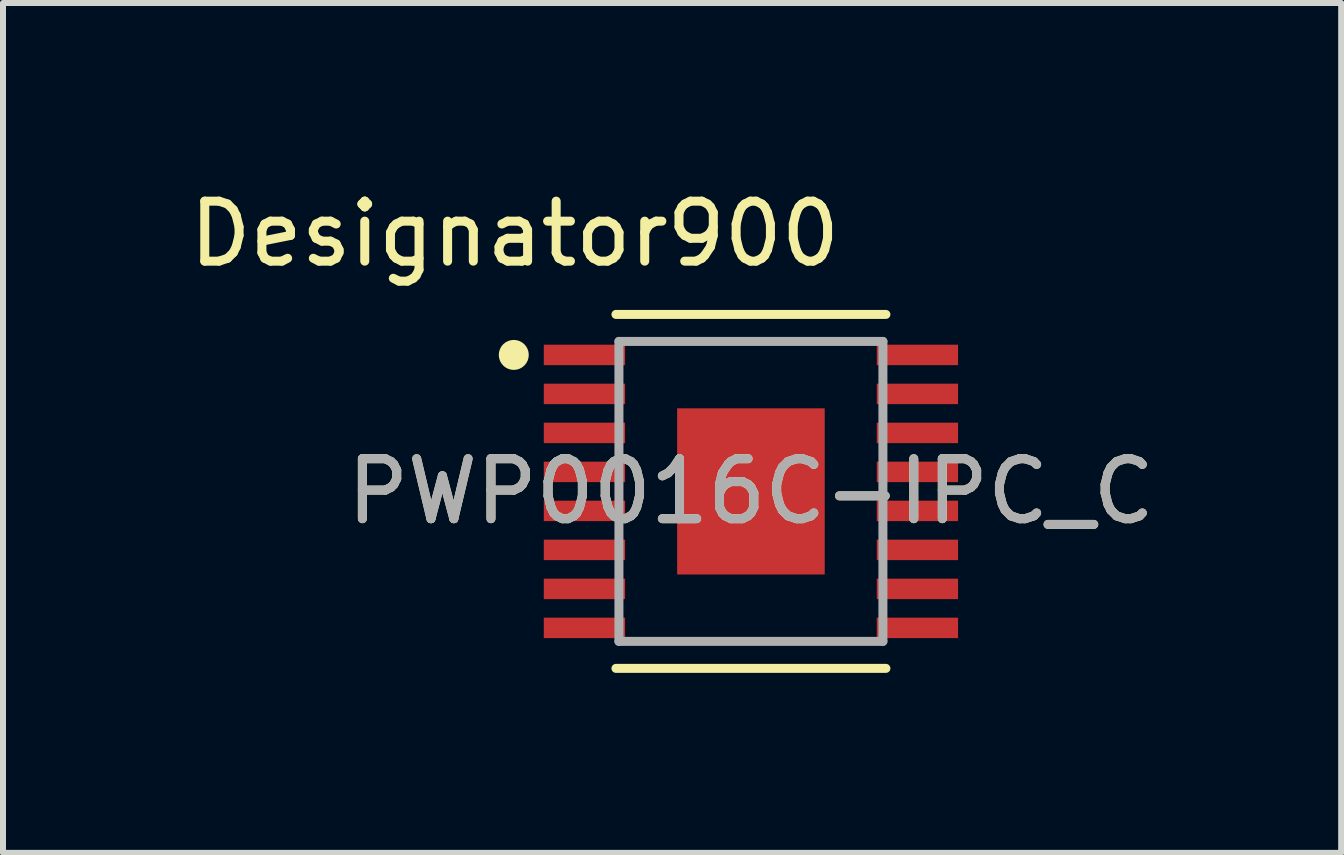
<source format=kicad_pcb>
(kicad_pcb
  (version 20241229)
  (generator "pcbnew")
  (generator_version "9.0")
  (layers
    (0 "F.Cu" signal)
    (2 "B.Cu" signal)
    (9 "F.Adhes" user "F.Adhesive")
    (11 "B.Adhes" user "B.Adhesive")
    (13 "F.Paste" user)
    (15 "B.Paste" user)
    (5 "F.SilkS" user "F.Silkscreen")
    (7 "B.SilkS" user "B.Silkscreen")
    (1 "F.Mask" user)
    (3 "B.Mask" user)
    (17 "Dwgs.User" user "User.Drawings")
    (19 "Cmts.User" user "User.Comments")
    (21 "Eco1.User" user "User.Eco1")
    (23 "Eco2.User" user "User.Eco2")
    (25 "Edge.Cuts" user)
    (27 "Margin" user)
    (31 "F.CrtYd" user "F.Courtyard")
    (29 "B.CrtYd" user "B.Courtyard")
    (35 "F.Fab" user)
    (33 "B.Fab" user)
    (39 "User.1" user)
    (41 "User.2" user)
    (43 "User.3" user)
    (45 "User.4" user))
  (footprint "PWP0016C-IPC_C"
    (layer "F.Cu")
    (at 9.467 5.141)
    (property "Reference" "PWP0016C-IPC_C" (at 0 0 0) (unlocked yes) (layer "F.SilkS") (effects (font (size 1 1) (thickness 0.15))))
    (attr smd)
    (fp_line (start -2.25 -2.95) (end 2.25 -2.95) (stroke (width 0.15) (type solid)) (layer "F.SilkS"))
    (fp_line (start -2.25 2.95) (end 2.25 2.95) (stroke (width 0.15) (type solid)) (layer "F.SilkS"))
    (fp_circle (center -3.953 -2.275) (end -3.828 -2.275) (stroke (width 0.25) (type solid)) (fill no) (layer "F.SilkS"))
    (fp_poly (pts (xy -0.752 0.907) (xy 0.752 0.907) (xy 0.752 -0.907) (xy -0.752 -0.907)) (stroke (width 0) (type solid)) (fill yes) (layer "F.Paste"))
    (fp_line (start -2.2 -2.5) (end 2.2 -2.5) (stroke (width 0.15) (type solid)) (layer "F.Fab"))
    (fp_line (start -2.2 2.5) (end -2.2 -2.5) (stroke (width 0.15) (type solid)) (layer "F.Fab"))
    (fp_line (start -2.2 2.5) (end 2.2 2.5) (stroke (width 0.15) (type solid)) (layer "F.Fab"))
    (fp_line (start 2.2 2.5) (end 2.2 -2.5) (stroke (width 0.15) (type solid)) (layer "F.Fab"))
    (fp_text user "Designator900" (at -3.937 -4.293 0) (unlocked yes) (layer "F.SilkS") (effects (font (size 1 1) (thickness 0.15))))
    (fp_text user "${REFERENCE}" (at 0 0 0) (unlocked yes) (layer "F.Fab") (effects (font (size 1 1) (thickness 0.15))))
    (pad "1" smd rect (at -2.775 -2.275) (size 1.355 0.341) (layers "F.Cu" "F.Mask" "F.Paste"))
    (pad "2" smd rect (at -2.775 -1.625) (size 1.355 0.341) (layers "F.Cu" "F.Mask" "F.Paste"))
    (pad "3" smd rect (at -2.775 -0.975) (size 1.355 0.341) (layers "F.Cu" "F.Mask" "F.Paste"))
    (pad "4" smd rect (at -2.775 -0.325) (size 1.355 0.341) (layers "F.Cu" "F.Mask" "F.Paste"))
    (pad "5" smd rect (at -2.775 0.325) (size 1.355 0.341) (layers "F.Cu" "F.Mask" "F.Paste"))
    (pad "6" smd rect (at -2.775 0.975) (size 1.355 0.341) (layers "F.Cu" "F.Mask" "F.Paste"))
    (pad "7" smd rect (at -2.775 1.625) (size 1.355 0.341) (layers "F.Cu" "F.Mask" "F.Paste"))
    (pad "8" smd rect (at -2.775 2.275) (size 1.355 0.341) (layers "F.Cu" "F.Mask" "F.Paste"))
    (pad "9" smd rect (at 2.775 2.275) (size 1.355 0.341) (layers "F.Cu" "F.Mask" "F.Paste"))
    (pad "10" smd rect (at 2.775 1.625) (size 1.355 0.341) (layers "F.Cu" "F.Mask" "F.Paste"))
    (pad "11" smd rect (at 2.775 0.975) (size 1.355 0.341) (layers "F.Cu" "F.Mask" "F.Paste"))
    (pad "12" smd rect (at 2.775 0.325) (size 1.355 0.341) (layers "F.Cu" "F.Mask" "F.Paste"))
    (pad "13" smd rect (at 2.775 -0.325) (size 1.355 0.341) (layers "F.Cu" "F.Mask" "F.Paste"))
    (pad "14" smd rect (at 2.775 -0.975) (size 1.355 0.341) (layers "F.Cu" "F.Mask" "F.Paste"))
    (pad "15" smd rect (at 2.775 -1.625) (size 1.355 0.341) (layers "F.Cu" "F.Mask" "F.Paste"))
    (pad "16" smd rect (at 2.775 -2.275) (size 1.355 0.341) (layers "F.Cu" "F.Mask" "F.Paste"))
    (pad "17" smd rect (at 0 0) (size 2.46 2.77) (layers "F.Cu" "F.Mask")))
  (gr_rect
    (start -3 -3)
    (end 19.306 11.166)
    (stroke (width 0.1) (type default))
    (fill no)
    (layer "Edge.Cuts")))
</source>
